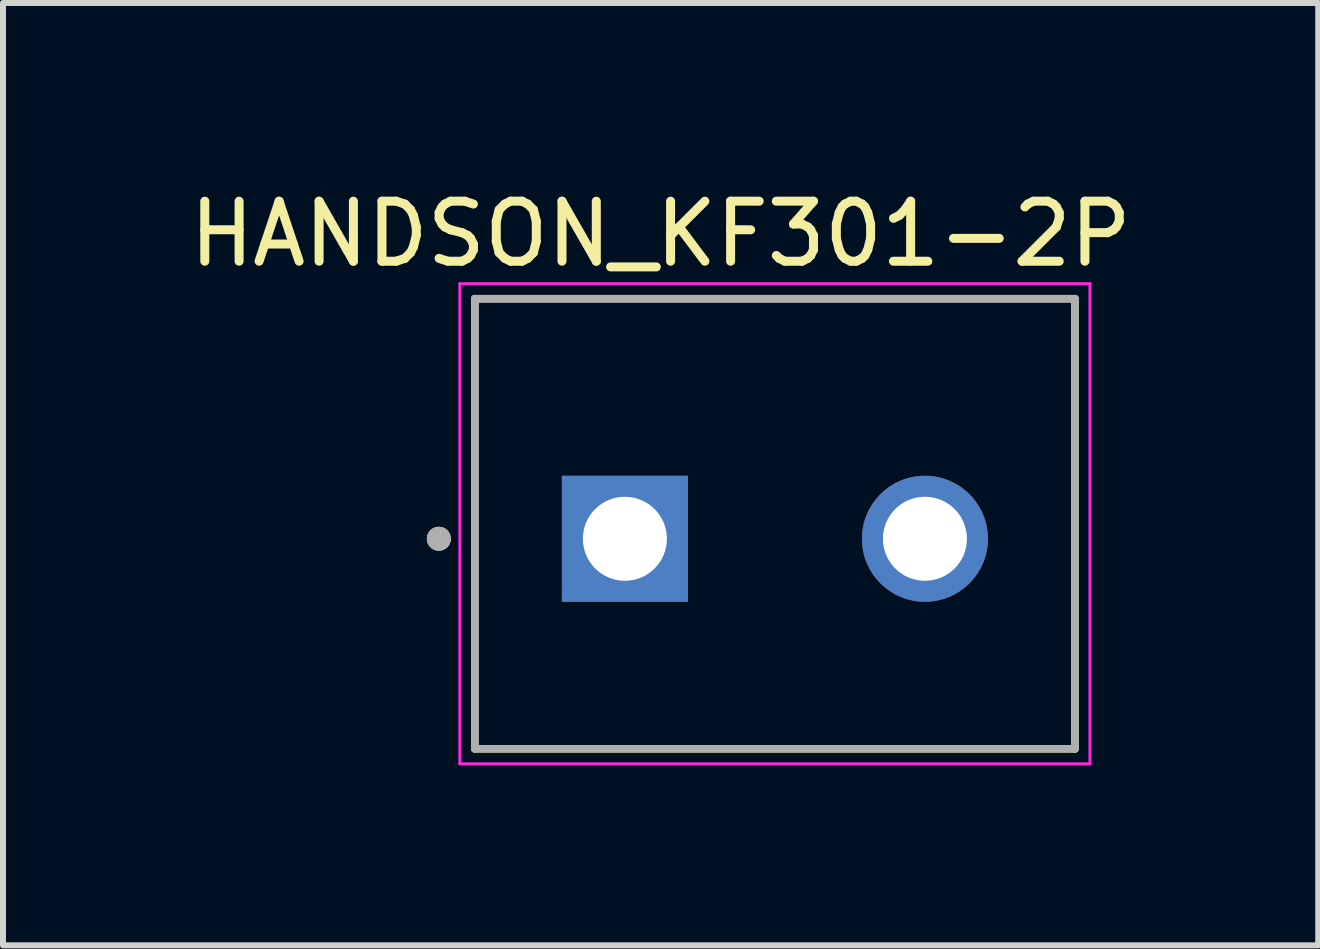
<source format=kicad_pcb>
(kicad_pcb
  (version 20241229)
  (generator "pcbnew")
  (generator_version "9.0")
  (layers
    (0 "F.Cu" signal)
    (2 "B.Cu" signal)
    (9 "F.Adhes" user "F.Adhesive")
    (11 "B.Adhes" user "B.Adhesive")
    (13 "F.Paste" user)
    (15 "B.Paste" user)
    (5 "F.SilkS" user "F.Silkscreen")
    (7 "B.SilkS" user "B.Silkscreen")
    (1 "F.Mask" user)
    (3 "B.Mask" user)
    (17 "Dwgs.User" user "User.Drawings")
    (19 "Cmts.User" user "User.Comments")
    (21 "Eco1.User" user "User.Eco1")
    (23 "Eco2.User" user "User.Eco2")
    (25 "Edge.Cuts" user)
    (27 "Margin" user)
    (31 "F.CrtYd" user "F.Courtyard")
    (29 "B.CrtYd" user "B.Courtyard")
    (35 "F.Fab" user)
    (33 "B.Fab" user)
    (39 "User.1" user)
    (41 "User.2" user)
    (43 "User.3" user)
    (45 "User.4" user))
  (footprint "HANDSON_KF301-2P"
    (layer "F.Cu")
    (at 9.863 5.928)
    (property "Reference" "HANDSON_KF301-2P" (at -1.905 -5.08 0) (layer "F.SilkS") (effects (font (size 1 1) (thickness 0.15))))
    (attr through_hole)
    (fp_line (start -5 -4) (end 5 -4) (stroke (width 0.127) (type solid)) (layer "F.SilkS"))
    (fp_line (start -5 3.5) (end -5 -4) (stroke (width 0.127) (type solid)) (layer "F.SilkS"))
    (fp_line (start 5 -4) (end 5 3.5) (stroke (width 0.127) (type solid)) (layer "F.SilkS"))
    (fp_line (start 5 3.5) (end -5 3.5) (stroke (width 0.127) (type solid)) (layer "F.SilkS"))
    (fp_circle (center -5.6 0) (end -5.5 0) (stroke (width 0.2) (type solid)) (fill no) (layer "F.SilkS"))
    (fp_line (start -5.25 -4.25) (end 5.25 -4.25) (stroke (width 0.05) (type solid)) (layer "F.CrtYd"))
    (fp_line (start -5.25 3.75) (end -5.25 -4.25) (stroke (width 0.05) (type solid)) (layer "F.CrtYd"))
    (fp_line (start 5.25 -4.25) (end 5.25 3.75) (stroke (width 0.05) (type solid)) (layer "F.CrtYd"))
    (fp_line (start 5.25 3.75) (end -5.25 3.75) (stroke (width 0.05) (type solid)) (layer "F.CrtYd"))
    (fp_line (start -5 -4) (end 5 -4) (stroke (width 0.127) (type solid)) (layer "F.Fab"))
    (fp_line (start -5 3.5) (end -5 -4) (stroke (width 0.127) (type solid)) (layer "F.Fab"))
    (fp_line (start 5 -4) (end 5 3.5) (stroke (width 0.127) (type solid)) (layer "F.Fab"))
    (fp_line (start 5 3.5) (end -5 3.5) (stroke (width 0.127) (type solid)) (layer "F.Fab"))
    (fp_circle (center -5.6 0) (end -5.5 0) (stroke (width 0.2) (type solid)) (fill no) (layer "F.Fab"))
    (pad "1" thru_hole rect (at -2.5 0) (size 2.1 2.1) (drill 1.4) (layers "*.Cu" "*.Mask"))
    (pad "2" thru_hole circle (at 2.5 0) (size 2.1 2.1) (drill 1.4) (layers "*.Cu" "*.Mask")))
  (gr_rect
    (start -3 -3)
    (end 18.917 12.703)
    (stroke (width 0.1) (type default))
    (fill no)
    (layer "Edge.Cuts")))
</source>
